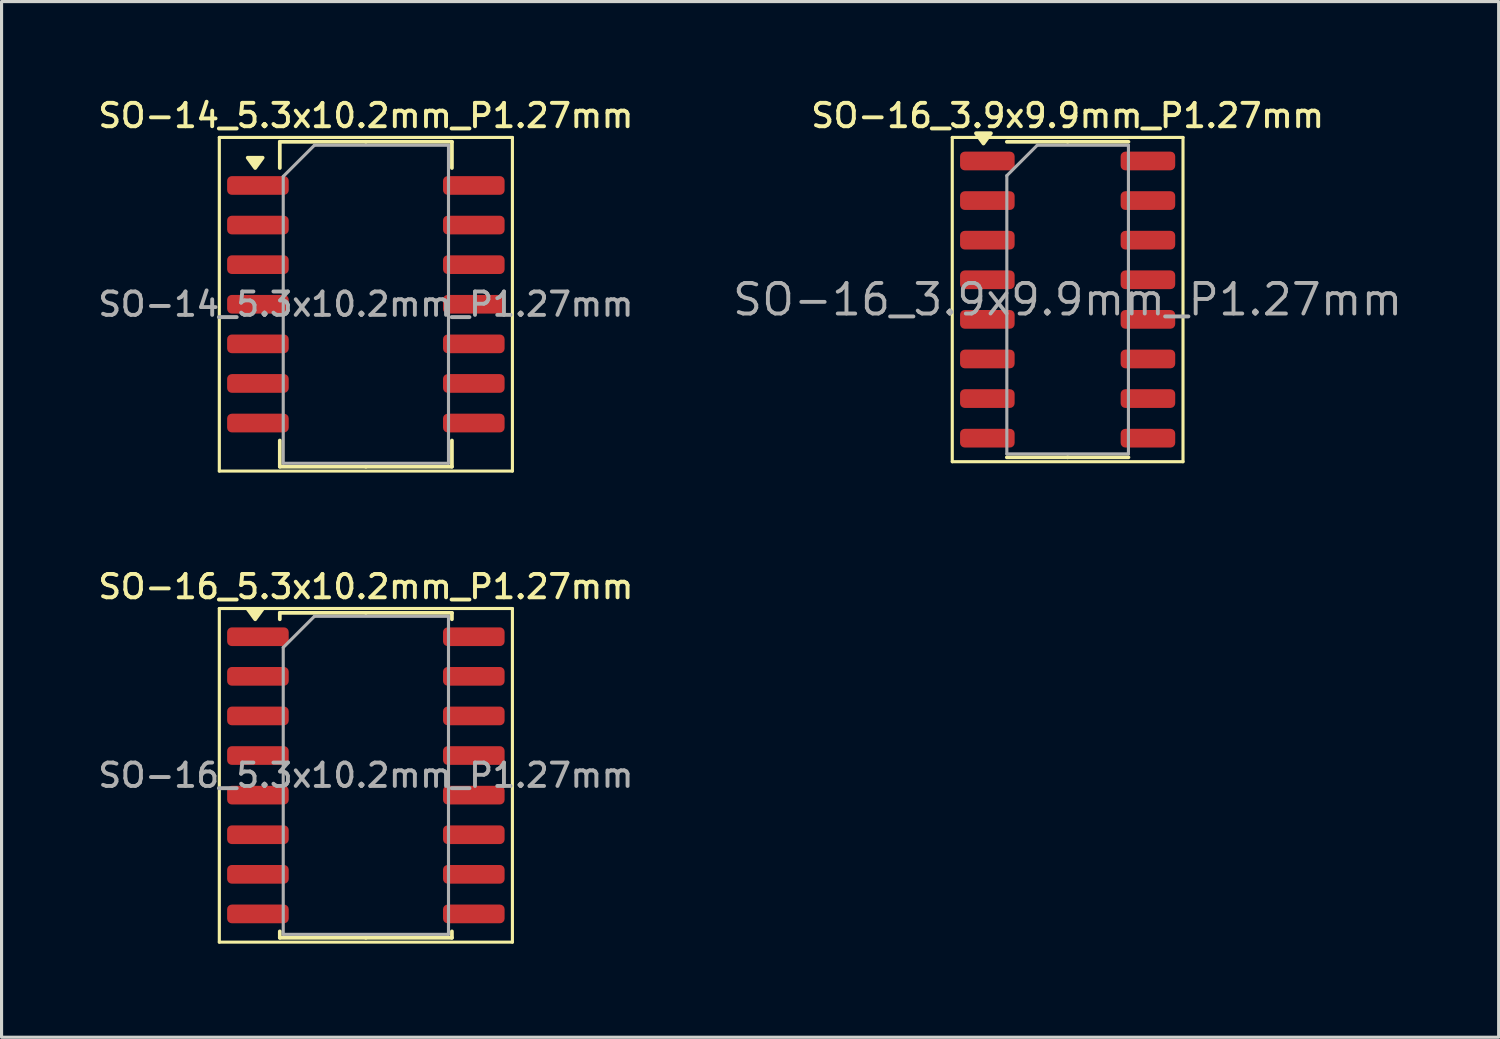
<source format=kicad_pcb>
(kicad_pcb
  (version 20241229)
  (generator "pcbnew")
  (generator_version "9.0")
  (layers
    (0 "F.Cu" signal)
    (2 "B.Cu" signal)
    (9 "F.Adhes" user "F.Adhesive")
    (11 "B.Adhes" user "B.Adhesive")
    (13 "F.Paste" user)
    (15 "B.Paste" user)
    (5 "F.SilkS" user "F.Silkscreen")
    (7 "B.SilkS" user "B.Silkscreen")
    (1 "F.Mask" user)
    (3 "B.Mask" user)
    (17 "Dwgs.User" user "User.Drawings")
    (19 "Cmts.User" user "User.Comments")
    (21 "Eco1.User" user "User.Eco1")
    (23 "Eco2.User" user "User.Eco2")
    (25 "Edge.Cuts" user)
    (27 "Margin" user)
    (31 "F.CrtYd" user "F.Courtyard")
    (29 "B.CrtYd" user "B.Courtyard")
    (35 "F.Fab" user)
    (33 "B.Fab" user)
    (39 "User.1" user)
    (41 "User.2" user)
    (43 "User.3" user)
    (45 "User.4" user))
  (footprint "SO-16_3.9x9.9mm_P1.27mm"
    (layer "F.Cu")
    (at 31.191 6.558)
    (property "Reference" "SO-16_3.9x9.9mm_P1.27mm" (at 0 -5.9 0) (layer "F.SilkS") (effects (font (size 0.75 0.75) (thickness 0.125))))
    (attr smd)
    (fp_line (start -3.7 -5.2) (end -3.7 5.2) (stroke (width 0.1) (type solid)) (layer "F.SilkS"))
    (fp_line (start -3.7 5.2) (end 3.7 5.2) (stroke (width 0.1) (type solid)) (layer "F.SilkS"))
    (fp_line (start 0 -5.06) (end -1.95 -5.06) (stroke (width 0.12) (type solid)) (layer "F.SilkS"))
    (fp_line (start 0 -5.06) (end 1.95 -5.06) (stroke (width 0.12) (type solid)) (layer "F.SilkS"))
    (fp_line (start 0 5.06) (end -1.95 5.06) (stroke (width 0.12) (type solid)) (layer "F.SilkS"))
    (fp_line (start 0 5.06) (end 1.95 5.06) (stroke (width 0.12) (type solid)) (layer "F.SilkS"))
    (fp_line (start 3.7 -5.2) (end -3.7 -5.2) (stroke (width 0.1) (type solid)) (layer "F.SilkS"))
    (fp_line (start 3.7 5.2) (end 3.7 -5.2) (stroke (width 0.1) (type solid)) (layer "F.SilkS"))
    (fp_poly (pts (xy -2.7 -5.005) (xy -2.94 -5.335) (xy -2.46 -5.335) (xy -2.7 -5.005)) (stroke (width 0.12) (type solid)) (fill yes) (layer "F.SilkS"))
    (fp_line (start -1.95 -3.975) (end -0.975 -4.95) (stroke (width 0.1) (type solid)) (layer "F.Fab"))
    (fp_line (start -1.95 4.95) (end -1.95 -3.975) (stroke (width 0.1) (type solid)) (layer "F.Fab"))
    (fp_line (start -0.975 -4.95) (end 1.95 -4.95) (stroke (width 0.1) (type solid)) (layer "F.Fab"))
    (fp_line (start 1.95 -4.95) (end 1.95 4.95) (stroke (width 0.1) (type solid)) (layer "F.Fab"))
    (fp_line (start 1.95 4.95) (end -1.95 4.95) (stroke (width 0.1) (type solid)) (layer "F.Fab"))
    (fp_text user "${REFERENCE}" (at 0 0 0) (layer "F.Fab") (effects (font (size 0.98 0.98) (thickness 0.125))))
    (pad "1" smd roundrect (at -2.575 -4.445) (size 1.75 0.6) (layers "F.Cu" "F.Mask" "F.Paste") (roundrect_rratio 0.25))
    (pad "2" smd roundrect (at -2.575 -3.175) (size 1.75 0.6) (layers "F.Cu" "F.Mask" "F.Paste") (roundrect_rratio 0.25))
    (pad "3" smd roundrect (at -2.575 -1.905) (size 1.75 0.6) (layers "F.Cu" "F.Mask" "F.Paste") (roundrect_rratio 0.25))
    (pad "4" smd roundrect (at -2.575 -0.635) (size 1.75 0.6) (layers "F.Cu" "F.Mask" "F.Paste") (roundrect_rratio 0.25))
    (pad "5" smd roundrect (at -2.575 0.635) (size 1.75 0.6) (layers "F.Cu" "F.Mask" "F.Paste") (roundrect_rratio 0.25))
    (pad "6" smd roundrect (at -2.575 1.905) (size 1.75 0.6) (layers "F.Cu" "F.Mask" "F.Paste") (roundrect_rratio 0.25))
    (pad "7" smd roundrect (at -2.575 3.175) (size 1.75 0.6) (layers "F.Cu" "F.Mask" "F.Paste") (roundrect_rratio 0.25))
    (pad "8" smd roundrect (at -2.575 4.445) (size 1.75 0.6) (layers "F.Cu" "F.Mask" "F.Paste") (roundrect_rratio 0.25))
    (pad "9" smd roundrect (at 2.575 4.445) (size 1.75 0.6) (layers "F.Cu" "F.Mask" "F.Paste") (roundrect_rratio 0.25))
    (pad "10" smd roundrect (at 2.575 3.175) (size 1.75 0.6) (layers "F.Cu" "F.Mask" "F.Paste") (roundrect_rratio 0.25))
    (pad "11" smd roundrect (at 2.575 1.905) (size 1.75 0.6) (layers "F.Cu" "F.Mask" "F.Paste") (roundrect_rratio 0.25))
    (pad "12" smd roundrect (at 2.575 0.635) (size 1.75 0.6) (layers "F.Cu" "F.Mask" "F.Paste") (roundrect_rratio 0.25))
    (pad "13" smd roundrect (at 2.575 -0.635) (size 1.75 0.6) (layers "F.Cu" "F.Mask" "F.Paste") (roundrect_rratio 0.25))
    (pad "14" smd roundrect (at 2.575 -1.905) (size 1.75 0.6) (layers "F.Cu" "F.Mask" "F.Paste") (roundrect_rratio 0.25))
    (pad "15" smd roundrect (at 2.575 -3.175) (size 1.75 0.6) (layers "F.Cu" "F.Mask" "F.Paste") (roundrect_rratio 0.25))
    (pad "16" smd roundrect (at 2.575 -4.445) (size 1.75 0.6) (layers "F.Cu" "F.Mask" "F.Paste") (roundrect_rratio 0.25)))
  (footprint "SO-14_5.3x10.2mm_P1.27mm"
    (layer "F.Cu")
    (at 8.684 6.708)
    (property "Reference" "SO-14_5.3x10.2mm_P1.27mm" (at 0 -6.05 0) (layer "F.SilkS") (effects (font (size 0.75 0.75) (thickness 0.125))))
    (attr smd)
    (fp_line (start -4.7 -5.35) (end -4.7 5.35) (stroke (width 0.1) (type solid)) (layer "F.SilkS"))
    (fp_line (start -4.7 5.35) (end 4.7 5.35) (stroke (width 0.1) (type solid)) (layer "F.SilkS"))
    (fp_line (start -2.76 -5.21) (end -2.76 -4.37) (stroke (width 0.12) (type solid)) (layer "F.SilkS"))
    (fp_line (start -2.76 5.21) (end -2.76 4.37) (stroke (width 0.12) (type solid)) (layer "F.SilkS"))
    (fp_line (start 0 -5.21) (end -2.76 -5.21) (stroke (width 0.12) (type solid)) (layer "F.SilkS"))
    (fp_line (start 0 -5.21) (end 2.76 -5.21) (stroke (width 0.12) (type solid)) (layer "F.SilkS"))
    (fp_line (start 0 5.21) (end -2.76 5.21) (stroke (width 0.12) (type solid)) (layer "F.SilkS"))
    (fp_line (start 0 5.21) (end 2.76 5.21) (stroke (width 0.12) (type solid)) (layer "F.SilkS"))
    (fp_line (start 2.76 -5.21) (end 2.76 -4.37) (stroke (width 0.12) (type solid)) (layer "F.SilkS"))
    (fp_line (start 2.76 5.21) (end 2.76 4.37) (stroke (width 0.12) (type solid)) (layer "F.SilkS"))
    (fp_line (start 4.7 -5.35) (end -4.7 -5.35) (stroke (width 0.1) (type solid)) (layer "F.SilkS"))
    (fp_line (start 4.7 5.35) (end 4.7 -5.35) (stroke (width 0.1) (type solid)) (layer "F.SilkS"))
    (fp_poly (pts (xy -3.55 -4.37) (xy -3.79 -4.7) (xy -3.31 -4.7) (xy -3.55 -4.37)) (stroke (width 0.12) (type solid)) (fill yes) (layer "F.SilkS"))
    (fp_line (start -2.65 -4.1) (end -1.65 -5.1) (stroke (width 0.1) (type solid)) (layer "F.Fab"))
    (fp_line (start -2.65 5.1) (end -2.65 -4.1) (stroke (width 0.1) (type solid)) (layer "F.Fab"))
    (fp_line (start -1.65 -5.1) (end 2.65 -5.1) (stroke (width 0.1) (type solid)) (layer "F.Fab"))
    (fp_line (start 2.65 -5.1) (end 2.65 5.1) (stroke (width 0.1) (type solid)) (layer "F.Fab"))
    (fp_line (start 2.65 5.1) (end -2.65 5.1) (stroke (width 0.1) (type solid)) (layer "F.Fab"))
    (fp_text user "${REFERENCE}" (at 0 0 0) (layer "F.Fab") (effects (font (size 0.75 0.75) (thickness 0.125))))
    (pad "1" smd roundrect (at -3.462 -3.81) (size 1.975 0.6) (layers "F.Cu" "F.Mask" "F.Paste") (roundrect_rratio 0.25))
    (pad "2" smd roundrect (at -3.462 -2.54) (size 1.975 0.6) (layers "F.Cu" "F.Mask" "F.Paste") (roundrect_rratio 0.25))
    (pad "3" smd roundrect (at -3.462 -1.27) (size 1.975 0.6) (layers "F.Cu" "F.Mask" "F.Paste") (roundrect_rratio 0.25))
    (pad "4" smd roundrect (at -3.462 0) (size 1.975 0.6) (layers "F.Cu" "F.Mask" "F.Paste") (roundrect_rratio 0.25))
    (pad "5" smd roundrect (at -3.462 1.27) (size 1.975 0.6) (layers "F.Cu" "F.Mask" "F.Paste") (roundrect_rratio 0.25))
    (pad "6" smd roundrect (at -3.462 2.54) (size 1.975 0.6) (layers "F.Cu" "F.Mask" "F.Paste") (roundrect_rratio 0.25))
    (pad "7" smd roundrect (at -3.462 3.81) (size 1.975 0.6) (layers "F.Cu" "F.Mask" "F.Paste") (roundrect_rratio 0.25))
    (pad "8" smd roundrect (at 3.462 3.81) (size 1.975 0.6) (layers "F.Cu" "F.Mask" "F.Paste") (roundrect_rratio 0.25))
    (pad "9" smd roundrect (at 3.462 2.54) (size 1.975 0.6) (layers "F.Cu" "F.Mask" "F.Paste") (roundrect_rratio 0.25))
    (pad "10" smd roundrect (at 3.462 1.27) (size 1.975 0.6) (layers "F.Cu" "F.Mask" "F.Paste") (roundrect_rratio 0.25))
    (pad "11" smd roundrect (at 3.462 0) (size 1.975 0.6) (layers "F.Cu" "F.Mask" "F.Paste") (roundrect_rratio 0.25))
    (pad "12" smd roundrect (at 3.462 -1.27) (size 1.975 0.6) (layers "F.Cu" "F.Mask" "F.Paste") (roundrect_rratio 0.25))
    (pad "13" smd roundrect (at 3.462 -2.54) (size 1.975 0.6) (layers "F.Cu" "F.Mask" "F.Paste") (roundrect_rratio 0.25))
    (pad "14" smd roundrect (at 3.462 -3.81) (size 1.975 0.6) (layers "F.Cu" "F.Mask" "F.Paste") (roundrect_rratio 0.25)))
  (footprint "SO-16_5.3x10.2mm_P1.27mm"
    (layer "F.Cu")
    (at 8.684 21.816)
    (property "Reference" "SO-16_5.3x10.2mm_P1.27mm" (at 0 -6.05 0) (layer "F.SilkS") (effects (font (size 0.75 0.75) (thickness 0.125))))
    (attr smd)
    (fp_line (start -4.7 -5.35) (end -4.7 5.35) (stroke (width 0.1) (type solid)) (layer "F.SilkS"))
    (fp_line (start -4.7 5.35) (end 4.7 5.35) (stroke (width 0.1) (type solid)) (layer "F.SilkS"))
    (fp_line (start -2.76 -5.21) (end -2.76 -5.005) (stroke (width 0.12) (type solid)) (layer "F.SilkS"))
    (fp_line (start -2.76 5.21) (end -2.76 5.005) (stroke (width 0.12) (type solid)) (layer "F.SilkS"))
    (fp_line (start 0 -5.21) (end -2.76 -5.21) (stroke (width 0.12) (type solid)) (layer "F.SilkS"))
    (fp_line (start 0 -5.21) (end 2.76 -5.21) (stroke (width 0.12) (type solid)) (layer "F.SilkS"))
    (fp_line (start 0 5.21) (end -2.76 5.21) (stroke (width 0.12) (type solid)) (layer "F.SilkS"))
    (fp_line (start 0 5.21) (end 2.76 5.21) (stroke (width 0.12) (type solid)) (layer "F.SilkS"))
    (fp_line (start 2.76 -5.21) (end 2.76 -5.005) (stroke (width 0.12) (type solid)) (layer "F.SilkS"))
    (fp_line (start 2.76 5.21) (end 2.76 5.005) (stroke (width 0.12) (type solid)) (layer "F.SilkS"))
    (fp_line (start 4.7 -5.35) (end -4.7 -5.35) (stroke (width 0.1) (type solid)) (layer "F.SilkS"))
    (fp_line (start 4.7 5.35) (end 4.7 -5.35) (stroke (width 0.1) (type solid)) (layer "F.SilkS"))
    (fp_poly (pts (xy -3.55 -5.005) (xy -3.79 -5.335) (xy -3.31 -5.335) (xy -3.55 -5.005)) (stroke (width 0.12) (type solid)) (fill yes) (layer "F.SilkS"))
    (fp_line (start -2.65 -4.1) (end -1.65 -5.1) (stroke (width 0.1) (type solid)) (layer "F.Fab"))
    (fp_line (start -2.65 5.1) (end -2.65 -4.1) (stroke (width 0.1) (type solid)) (layer "F.Fab"))
    (fp_line (start -1.65 -5.1) (end 2.65 -5.1) (stroke (width 0.1) (type solid)) (layer "F.Fab"))
    (fp_line (start 2.65 -5.1) (end 2.65 5.1) (stroke (width 0.1) (type solid)) (layer "F.Fab"))
    (fp_line (start 2.65 5.1) (end -2.65 5.1) (stroke (width 0.1) (type solid)) (layer "F.Fab"))
    (fp_text user "${REFERENCE}" (at 0 0 0) (layer "F.Fab") (effects (font (size 0.75 0.75) (thickness 0.125))))
    (pad "1" smd roundrect (at -3.462 -4.445) (size 1.975 0.6) (layers "F.Cu" "F.Mask" "F.Paste") (roundrect_rratio 0.25))
    (pad "2" smd roundrect (at -3.462 -3.175) (size 1.975 0.6) (layers "F.Cu" "F.Mask" "F.Paste") (roundrect_rratio 0.25))
    (pad "3" smd roundrect (at -3.462 -1.905) (size 1.975 0.6) (layers "F.Cu" "F.Mask" "F.Paste") (roundrect_rratio 0.25))
    (pad "4" smd roundrect (at -3.462 -0.635) (size 1.975 0.6) (layers "F.Cu" "F.Mask" "F.Paste") (roundrect_rratio 0.25))
    (pad "5" smd roundrect (at -3.462 0.635) (size 1.975 0.6) (layers "F.Cu" "F.Mask" "F.Paste") (roundrect_rratio 0.25))
    (pad "6" smd roundrect (at -3.462 1.905) (size 1.975 0.6) (layers "F.Cu" "F.Mask" "F.Paste") (roundrect_rratio 0.25))
    (pad "7" smd roundrect (at -3.462 3.175) (size 1.975 0.6) (layers "F.Cu" "F.Mask" "F.Paste") (roundrect_rratio 0.25))
    (pad "8" smd roundrect (at -3.462 4.445) (size 1.975 0.6) (layers "F.Cu" "F.Mask" "F.Paste") (roundrect_rratio 0.25))
    (pad "9" smd roundrect (at 3.462 4.445) (size 1.975 0.6) (layers "F.Cu" "F.Mask" "F.Paste") (roundrect_rratio 0.25))
    (pad "10" smd roundrect (at 3.462 3.175) (size 1.975 0.6) (layers "F.Cu" "F.Mask" "F.Paste") (roundrect_rratio 0.25))
    (pad "11" smd roundrect (at 3.462 1.905) (size 1.975 0.6) (layers "F.Cu" "F.Mask" "F.Paste") (roundrect_rratio 0.25))
    (pad "12" smd roundrect (at 3.462 0.635) (size 1.975 0.6) (layers "F.Cu" "F.Mask" "F.Paste") (roundrect_rratio 0.25))
    (pad "13" smd roundrect (at 3.462 -0.635) (size 1.975 0.6) (layers "F.Cu" "F.Mask" "F.Paste") (roundrect_rratio 0.25))
    (pad "14" smd roundrect (at 3.462 -1.905) (size 1.975 0.6) (layers "F.Cu" "F.Mask" "F.Paste") (roundrect_rratio 0.25))
    (pad "15" smd roundrect (at 3.462 -3.175) (size 1.975 0.6) (layers "F.Cu" "F.Mask" "F.Paste") (roundrect_rratio 0.25))
    (pad "16" smd roundrect (at 3.462 -4.445) (size 1.975 0.6) (layers "F.Cu" "F.Mask" "F.Paste") (roundrect_rratio 0.25)))
  (gr_rect
    (start -3 -3)
    (end 45.014 30.216)
    (stroke (width 0.1) (type default))
    (fill no)
    (layer "Edge.Cuts")))
</source>
